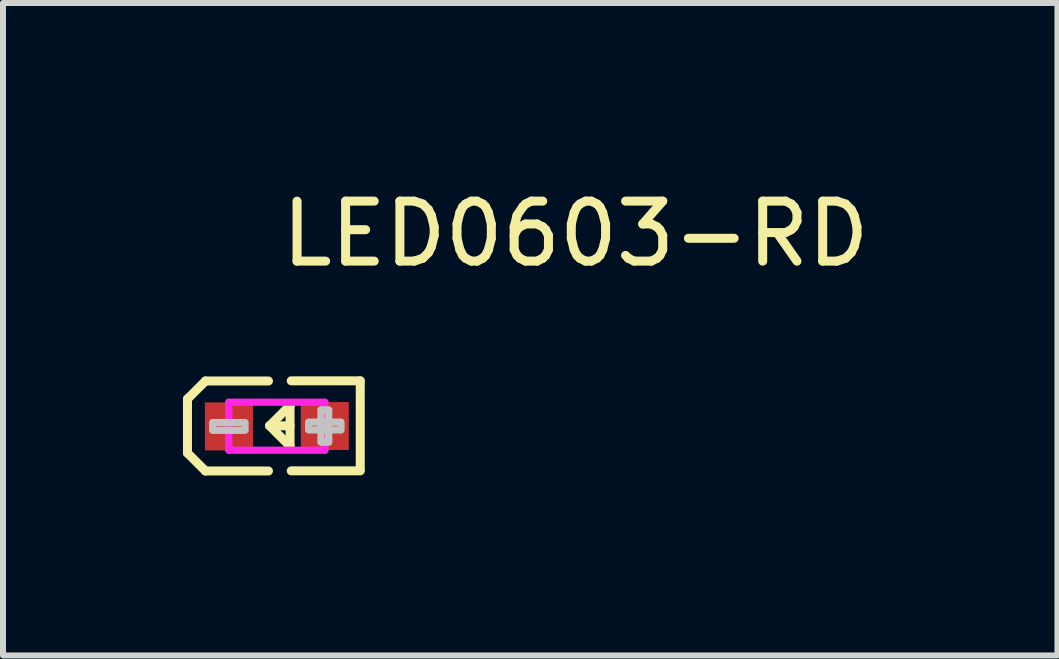
<source format=kicad_pcb>
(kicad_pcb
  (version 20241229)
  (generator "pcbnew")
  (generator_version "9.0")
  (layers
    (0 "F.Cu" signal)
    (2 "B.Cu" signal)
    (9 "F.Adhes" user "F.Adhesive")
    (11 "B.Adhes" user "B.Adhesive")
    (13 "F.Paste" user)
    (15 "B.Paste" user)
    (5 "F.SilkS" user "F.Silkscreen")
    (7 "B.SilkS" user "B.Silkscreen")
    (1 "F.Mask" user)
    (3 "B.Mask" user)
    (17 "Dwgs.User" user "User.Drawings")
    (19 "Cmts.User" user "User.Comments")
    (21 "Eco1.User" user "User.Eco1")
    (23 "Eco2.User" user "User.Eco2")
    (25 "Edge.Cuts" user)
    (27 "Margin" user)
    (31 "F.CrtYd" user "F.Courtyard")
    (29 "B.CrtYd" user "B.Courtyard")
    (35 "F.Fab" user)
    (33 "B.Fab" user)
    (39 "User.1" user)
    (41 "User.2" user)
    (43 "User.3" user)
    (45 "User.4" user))
  (footprint "LED0603-RD"
    (layer "F.Cu")
    (at 1.565 4.055)
    (property "Reference" "LED0603-RD" (at 0 -3.207 0) (layer "F.SilkS") (effects (font (size 1 1) (thickness 0.15)) (justify left)))
    (attr through_hole)
    (fp_line (start -1.49 -0.454) (end -1.19 -0.754) (stroke (width 0.15) (type solid)) (layer "F.SilkS"))
    (fp_line (start -1.49 -0.354) (end -1.49 -0.454) (stroke (width 0.15) (type solid)) (layer "F.SilkS"))
    (fp_line (start -1.49 -0.354) (end -1.49 0.346) (stroke (width 0.15) (type solid)) (layer "F.SilkS"))
    (fp_line (start -1.49 0.346) (end -1.49 0.446) (stroke (width 0.15) (type solid)) (layer "F.SilkS"))
    (fp_line (start -1.49 0.446) (end -1.19 0.746) (stroke (width 0.15) (type solid)) (layer "F.SilkS"))
    (fp_line (start -0.14 -0.754) (end -1.19 -0.754) (stroke (width 0.15) (type solid)) (layer "F.SilkS"))
    (fp_line (start -0.14 0.746) (end -1.19 0.746) (stroke (width 0.15) (type solid)) (layer "F.SilkS"))
    (fp_line (start 0.21 0.324) (end -0.12 -0.007) (stroke (width 0.15) (type solid)) (layer "F.SilkS"))
    (fp_line (start 0.22 -0.357) (end 0.22 -0.347) (stroke (width 0.15) (type solid)) (layer "F.SilkS"))
    (fp_line (start 0.22 -0.357) (end 0.22 0.324) (stroke (width 0.15) (type solid)) (layer "F.SilkS"))
    (fp_line (start 0.22 -0.347) (end -0.12 -0.007) (stroke (width 0.15) (type solid)) (layer "F.SilkS"))
    (fp_line (start 0.22 -0.007) (end -0.12 -0.007) (stroke (width 0.15) (type solid)) (layer "F.SilkS"))
    (fp_line (start 0.22 0.324) (end 0.21 0.324) (stroke (width 0.15) (type solid)) (layer "F.SilkS"))
    (fp_line (start 0.24 -0.757) (end 1.39 -0.757) (stroke (width 0.15) (type solid)) (layer "F.SilkS"))
    (fp_line (start 0.24 0.744) (end 1.39 0.744) (stroke (width 0.15) (type solid)) (layer "F.SilkS"))
    (fp_line (start 1.39 -0.756) (end 1.39 0.723) (stroke (width 0.15) (type solid)) (layer "F.SilkS"))
    (fp_poly (pts (xy -1.07 -0.062) (xy -0.53 -0.062) (xy -0.53 0.068) (xy -1.07 0.068)) (stroke (width 0.12) (type solid)) (fill no) (layer "Dwgs.User"))
    (fp_poly (pts (xy 0.529 -0.068) (xy 1.069 -0.068) (xy 1.069 0.062) (xy 0.529 0.062)) (stroke (width 0.12) (type solid)) (fill no) (layer "Dwgs.User"))
    (fp_poly (pts (xy 0.735 0.267) (xy 0.735 -0.273) (xy 0.865 -0.273) (xy 0.865 0.267)) (stroke (width 0.12) (type solid)) (fill no) (layer "Dwgs.User"))
    (fp_circle (center -0.799 0.403) (end -0.769 0.403) (stroke (width 0.06) (type solid)) (fill no) (layer "Eco2.User"))
    (fp_poly (pts (xy -0.8 0.403) (xy -0.8 -0.397) (xy -0.5 -0.397) (xy -0.5 0.403)) (stroke (width 0.12) (type solid)) (fill no) (layer "Eco2.User"))
    (fp_poly (pts (xy 0.5 0.396) (xy 0.5 -0.404) (xy 0.8 -0.404) (xy 0.8 0.396)) (stroke (width 0.12) (type solid)) (fill no) (layer "Eco2.User"))
    (fp_line (start -0.8 -0.4) (end 0.8 -0.4) (stroke (width 0.12) (type solid)) (layer "F.CrtYd"))
    (fp_line (start -0.8 0.4) (end -0.8 -0.4) (stroke (width 0.12) (type solid)) (layer "F.CrtYd"))
    (fp_line (start 0.8 -0.4) (end 0.8 0.4) (stroke (width 0.12) (type solid)) (layer "F.CrtYd"))
    (fp_line (start 0.8 0.4) (end -0.8 0.4) (stroke (width 0.12) (type solid)) (layer "F.CrtYd"))
    (pad "1" smd rect (at -0.799 0.003 90) (size 0.8 0.8) (layers "F.Cu" "F.Mask" "F.Paste"))
    (pad "2" smd rect (at 0.799 -0.003 90) (size 0.8 0.8) (layers "F.Cu" "F.Mask" "F.Paste")))
  (gr_rect
    (start -3 -3)
    (end 14.577 7.876)
    (stroke (width 0.1) (type default))
    (fill no)
    (layer "Edge.Cuts")))
</source>
